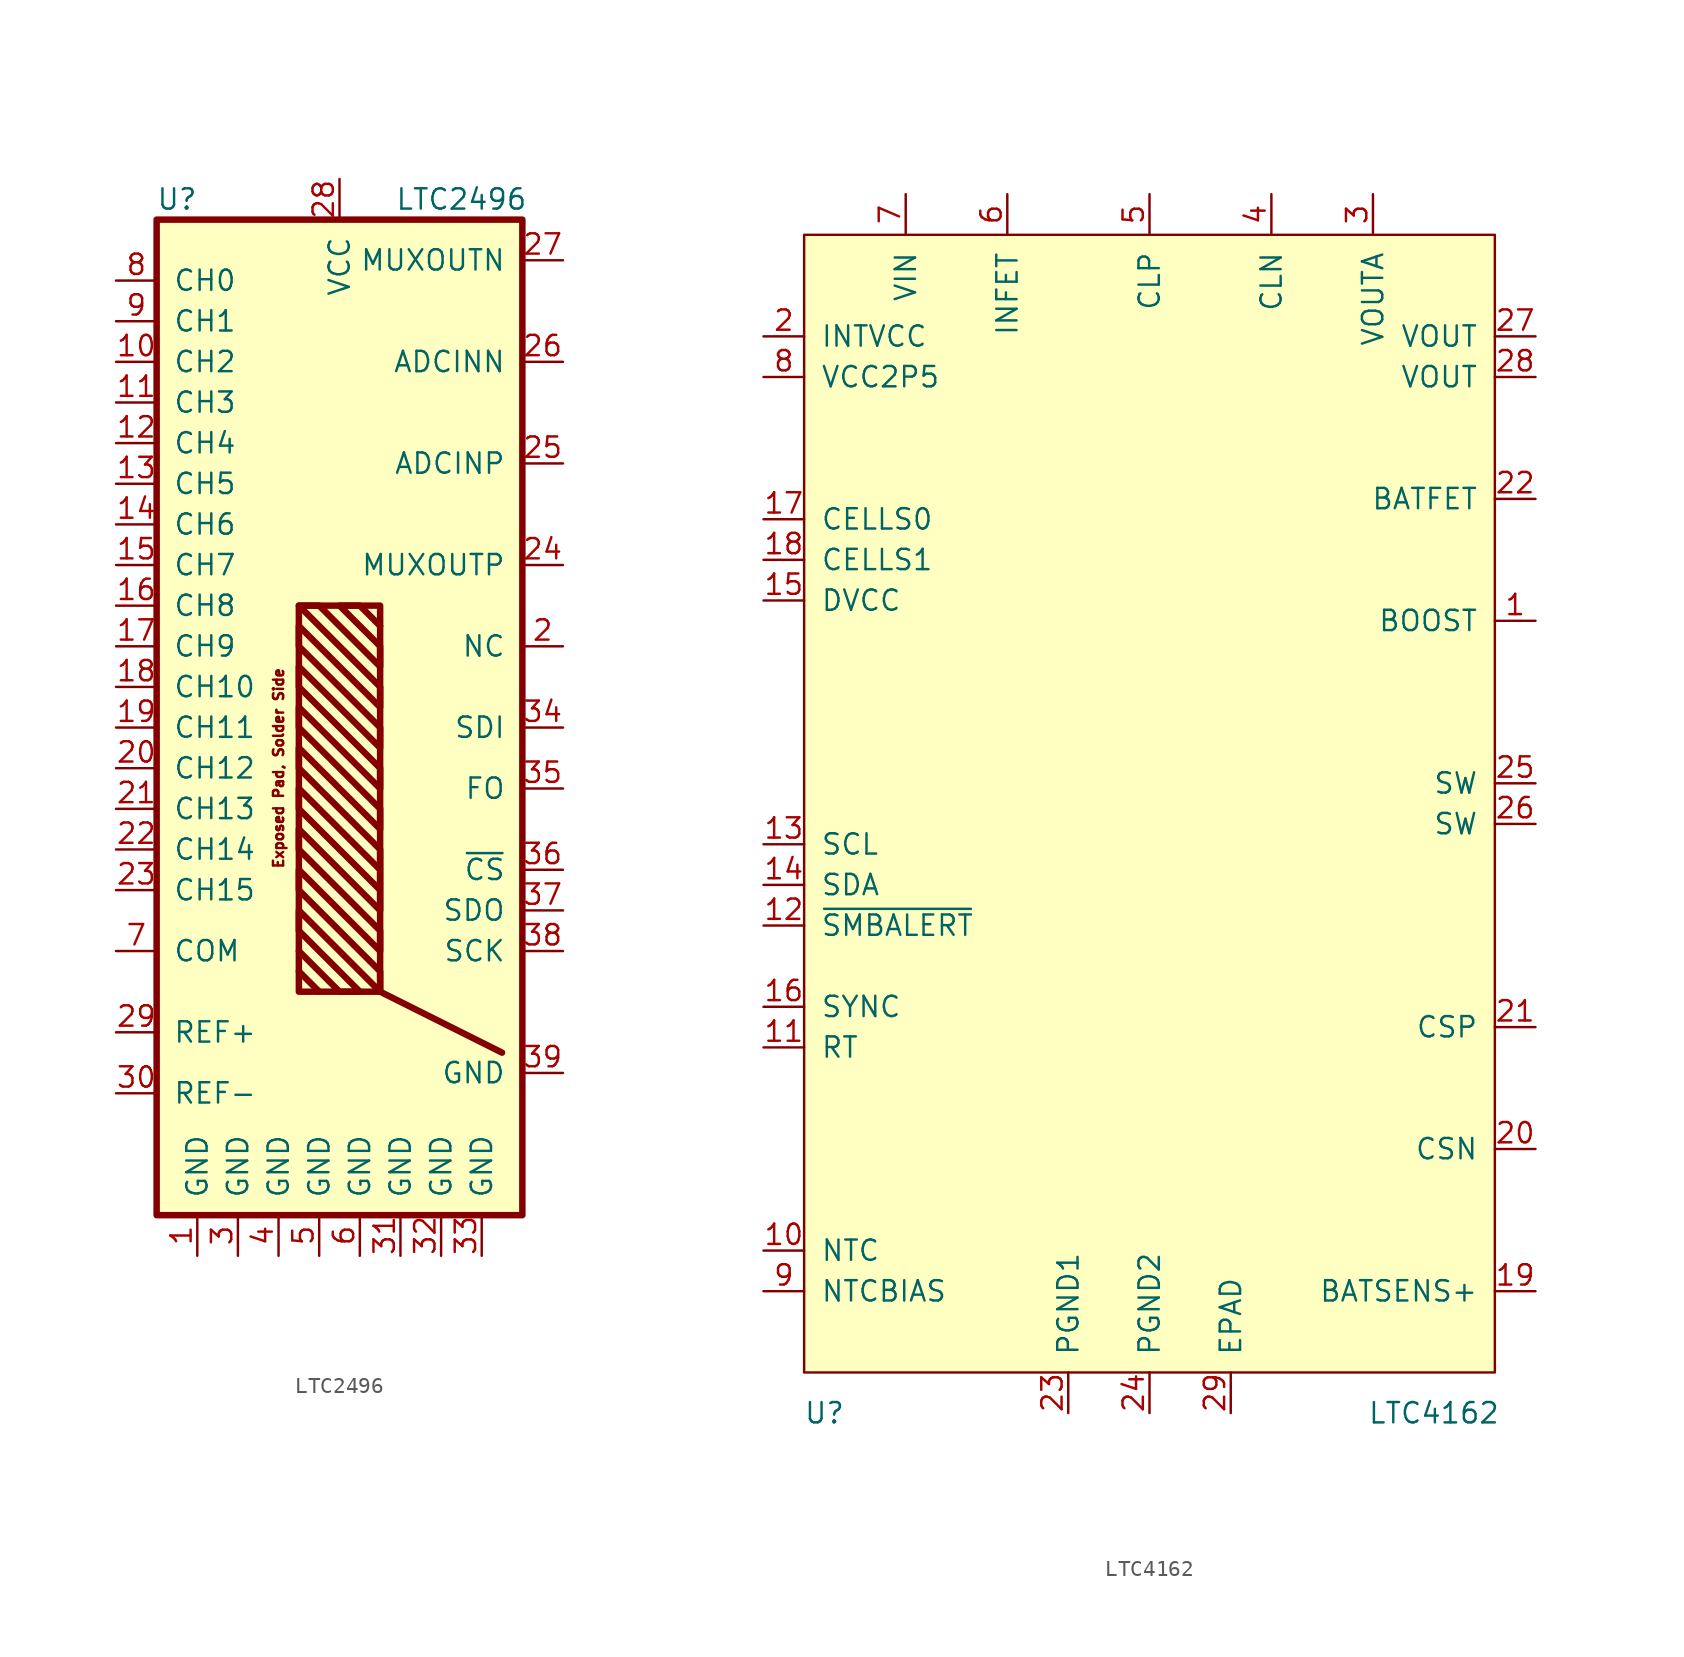
<source format=kicad_sym>
(kicad_symbol_lib
  (version 20211014)
  (generator kicad_symbol_editor)
  (symbol "LTC2496"
    (pin_names
      (offset 1.016))
    (property "Reference" "U"
      (at -7.62 16.51 0)
      (effects (font (size 1.27 1.27))))
    (property "Value" "LTC2496"
      (at 10.16 16.51 0)
      (effects (font (size 1.27 1.27))))
    (symbol "LTC2496_0_0"
      (text "Exposed Pad, Solder Side" (at -1.27 -19.05 900) (effects (font (size 0.635 0.635)))))
    (symbol "LTC2496_0_1"
      (rectangle (start -8.89 15.24) (end 13.97 -46.99) (stroke (width 0.406) (type default) (color 0 0 0 0)) (fill (type background)))
      (rectangle (start 0 -8.89) (end 5.08 -33.02) (stroke (width 0.406) (type default) (color 0 0 0 0)) (fill (type background)))
      (polyline (pts (xy 0 -31.75) (xy 1.27 -33.02)) (stroke (width 0.406) (type default) (color 0 0 0 0)) (fill (type none)))
      (polyline (pts (xy 5.08 -33.02) (xy 12.7 -36.83)) (stroke (width 0.406) (type default) (color 0 0 0 0)) (fill (type none)))
      (polyline (pts (xy 0 -30.48) (xy 2.54 -33.02) (xy 3.81 -33.02) (xy 0 -29.21) (xy 0 -27.94) (xy 5.08 -33.02) (xy 5.08 -31.75) (xy 0 -26.67) (xy 0 -25.4) (xy 5.08 -30.48) (xy 5.08 -29.21) (xy 0 -24.13) (xy 0 -22.86) (xy 5.08 -27.94) (xy 5.08 -25.4) (xy 5.08 -26.67) (xy 0 -21.59) (xy 0 -20.32) (xy 5.08 -25.4) (xy 5.08 -24.13) (xy 0 -19.05) (xy 0 -17.78) (xy 5.08 -22.86) (xy 5.08 -21.59) (xy 0 -16.51) (xy 0 -15.24) (xy 5.08 -20.32) (xy 5.08 -19.05) (xy 0 -13.97) (xy 0 -12.7) (xy 5.08 -17.78) (xy 5.08 -16.51) (xy 0 -11.43) (xy 0 -10.16) (xy 5.08 -15.24) (xy 5.08 -13.97) (xy 0 -8.89) (xy 1.27 -8.89) (xy 5.08 -12.7) (xy 5.08 -11.43) (xy 2.54 -8.89) (xy 3.81 -8.89) (xy 5.08 -10.16)) (stroke (width 0.406) (type default) (color 0 0 0 0)) (fill (type none))))
    (symbol "LTC2496_1_1"
      (pin bidirectional line (at -6.35 -49.53 90) (length 2.54) (name "GND" (effects (font (size 1.27 1.27)))) (number "1" (effects (font (size 1.27 1.27)))))
      (pin input line (at -11.43 6.35 0) (length 2.54) (name "CH2" (effects (font (size 1.27 1.27)))) (number "10" (effects (font (size 1.27 1.27)))))
      (pin input line (at -11.43 3.81 0) (length 2.54) (name "CH3" (effects (font (size 1.27 1.27)))) (number "11" (effects (font (size 1.27 1.27)))))
      (pin input line (at -11.43 1.27 0) (length 2.54) (name "CH4" (effects (font (size 1.27 1.27)))) (number "12" (effects (font (size 1.27 1.27)))))
      (pin input line (at -11.43 -1.27 0) (length 2.54) (name "CH5" (effects (font (size 1.27 1.27)))) (number "13" (effects (font (size 1.27 1.27)))))
      (pin input line (at -11.43 -3.81 0) (length 2.54) (name "CH6" (effects (font (size 1.27 1.27)))) (number "14" (effects (font (size 1.27 1.27)))))
      (pin input line (at -11.43 -6.35 0) (length 2.54) (name "CH7" (effects (font (size 1.27 1.27)))) (number "15" (effects (font (size 1.27 1.27)))))
      (pin input line (at -11.43 -8.89 0) (length 2.54) (name "CH8" (effects (font (size 1.27 1.27)))) (number "16" (effects (font (size 1.27 1.27)))))
      (pin input line (at -11.43 -11.43 0) (length 2.54) (name "CH9" (effects (font (size 1.27 1.27)))) (number "17" (effects (font (size 1.27 1.27)))))
      (pin input line (at -11.43 -13.97 0) (length 2.54) (name "CH10" (effects (font (size 1.27 1.27)))) (number "18" (effects (font (size 1.27 1.27)))))
      (pin input line (at -11.43 -16.51 0) (length 2.54) (name "CH11" (effects (font (size 1.27 1.27)))) (number "19" (effects (font (size 1.27 1.27)))))
      (pin bidirectional line (at 16.51 -11.43 180) (length 2.54) (name "NC" (effects (font (size 1.27 1.27)))) (number "2" (effects (font (size 1.27 1.27)))))
      (pin input line (at -11.43 -19.05 0) (length 2.54) (name "CH12" (effects (font (size 1.27 1.27)))) (number "20" (effects (font (size 1.27 1.27)))))
      (pin input line (at -11.43 -21.59 0) (length 2.54) (name "CH13" (effects (font (size 1.27 1.27)))) (number "21" (effects (font (size 1.27 1.27)))))
      (pin input line (at -11.43 -24.13 0) (length 2.54) (name "CH14" (effects (font (size 1.27 1.27)))) (number "22" (effects (font (size 1.27 1.27)))))
      (pin input line (at -11.43 -26.67 0) (length 2.54) (name "CH15" (effects (font (size 1.27 1.27)))) (number "23" (effects (font (size 1.27 1.27)))))
      (pin bidirectional line (at 16.51 -6.35 180) (length 2.54) (name "MUXOUTP" (effects (font (size 1.27 1.27)))) (number "24" (effects (font (size 1.27 1.27)))))
      (pin bidirectional line (at 16.51 0 180) (length 2.54) (name "ADCINP" (effects (font (size 1.27 1.27)))) (number "25" (effects (font (size 1.27 1.27)))))
      (pin bidirectional line (at 16.51 6.35 180) (length 2.54) (name "ADCINN" (effects (font (size 1.27 1.27)))) (number "26" (effects (font (size 1.27 1.27)))))
      (pin bidirectional line (at 16.51 12.7 180) (length 2.54) (name "MUXOUTN" (effects (font (size 1.27 1.27)))) (number "27" (effects (font (size 1.27 1.27)))))
      (pin bidirectional line (at 2.54 17.78 270) (length 2.54) (name "VCC" (effects (font (size 1.27 1.27)))) (number "28" (effects (font (size 1.27 1.27)))))
      (pin input line (at -11.43 -35.56 0) (length 2.54) (name "REF+" (effects (font (size 1.27 1.27)))) (number "29" (effects (font (size 1.27 1.27)))))
      (pin bidirectional line (at -3.81 -49.53 90) (length 2.54) (name "GND" (effects (font (size 1.27 1.27)))) (number "3" (effects (font (size 1.27 1.27)))))
      (pin input line (at -11.43 -39.37 0) (length 2.54) (name "REF-" (effects (font (size 1.27 1.27)))) (number "30" (effects (font (size 1.27 1.27)))))
      (pin bidirectional line (at 6.35 -49.53 90) (length 2.54) (name "GND" (effects (font (size 1.27 1.27)))) (number "31" (effects (font (size 1.27 1.27)))))
      (pin bidirectional line (at 8.89 -49.53 90) (length 2.54) (name "GND" (effects (font (size 1.27 1.27)))) (number "32" (effects (font (size 1.27 1.27)))))
      (pin bidirectional line (at 11.43 -49.53 90) (length 2.54) (name "GND" (effects (font (size 1.27 1.27)))) (number "33" (effects (font (size 1.27 1.27)))))
      (pin bidirectional line (at 16.51 -16.51 180) (length 2.54) (name "SDI" (effects (font (size 1.27 1.27)))) (number "34" (effects (font (size 1.27 1.27)))))
      (pin bidirectional line (at 16.51 -20.32 180) (length 2.54) (name "FO" (effects (font (size 1.27 1.27)))) (number "35" (effects (font (size 1.27 1.27)))))
      (pin bidirectional line (at 16.51 -25.4 180) (length 2.54) (name "~{CS}" (effects (font (size 1.27 1.27)))) (number "36" (effects (font (size 1.27 1.27)))))
      (pin bidirectional line (at 16.51 -27.94 180) (length 2.54) (name "SDO" (effects (font (size 1.27 1.27)))) (number "37" (effects (font (size 1.27 1.27)))))
      (pin bidirectional line (at 16.51 -30.48 180) (length 2.54) (name "SCK" (effects (font (size 1.27 1.27)))) (number "38" (effects (font (size 1.27 1.27)))))
      (pin bidirectional line (at 16.51 -38.1 180) (length 2.54) (name "GND" (effects (font (size 1.27 1.27)))) (number "39" (effects (font (size 1.27 1.27)))))
      (pin bidirectional line (at -1.27 -49.53 90) (length 2.54) (name "GND" (effects (font (size 1.27 1.27)))) (number "4" (effects (font (size 1.27 1.27)))))
      (pin bidirectional line (at 1.27 -49.53 90) (length 2.54) (name "GND" (effects (font (size 1.27 1.27)))) (number "5" (effects (font (size 1.27 1.27)))))
      (pin bidirectional line (at 3.81 -49.53 90) (length 2.54) (name "GND" (effects (font (size 1.27 1.27)))) (number "6" (effects (font (size 1.27 1.27)))))
      (pin input line (at -11.43 -30.48 0) (length 2.54) (name "COM" (effects (font (size 1.27 1.27)))) (number "7" (effects (font (size 1.27 1.27)))))
      (pin input line (at -11.43 11.43 0) (length 2.54) (name "CH0" (effects (font (size 1.27 1.27)))) (number "8" (effects (font (size 1.27 1.27)))))
      (pin input line (at -11.43 8.89 0) (length 2.54) (name "CH1" (effects (font (size 1.27 1.27)))) (number "9" (effects (font (size 1.27 1.27)))))))
  (symbol "LTC4162"
    (pin_names
      (offset 1.016))
    (property "Reference" "U"
      (at -20.32 -40.64 0)
      (effects (font (size 1.27 1.27))))
    (property "Value" "LTC4162"
      (at 17.78 -40.64 0)
      (effects (font (size 1.27 1.27))))
    (symbol "LTC4162_0_1"
      (rectangle (start -21.59 33.02) (end 21.59 -38.1) (stroke (width 0) (type default) (color 0 0 0 0)) (fill (type background))))
    (symbol "LTC4162_1_1"
      (pin passive line (at 24.13 8.89 180) (length 2.54) (name "BOOST" (effects (font (size 1.27 1.27)))) (number "1" (effects (font (size 1.27 1.27)))))
      (pin passive line (at -24.13 -30.48 0) (length 2.54) (name "NTC" (effects (font (size 1.27 1.27)))) (number "10" (effects (font (size 1.27 1.27)))))
      (pin passive line (at -24.13 -17.78 0) (length 2.54) (name "RT" (effects (font (size 1.27 1.27)))) (number "11" (effects (font (size 1.27 1.27)))))
      (pin passive line (at -24.13 -10.16 0) (length 2.54) (name "~{SMBALERT}" (effects (font (size 1.27 1.27)))) (number "12" (effects (font (size 1.27 1.27)))))
      (pin passive line (at -24.13 -5.08 0) (length 2.54) (name "SCL" (effects (font (size 1.27 1.27)))) (number "13" (effects (font (size 1.27 1.27)))))
      (pin passive line (at -24.13 -7.62 0) (length 2.54) (name "SDA" (effects (font (size 1.27 1.27)))) (number "14" (effects (font (size 1.27 1.27)))))
      (pin passive line (at -24.13 10.16 0) (length 2.54) (name "DVCC" (effects (font (size 1.27 1.27)))) (number "15" (effects (font (size 1.27 1.27)))))
      (pin passive line (at -24.13 -15.24 0) (length 2.54) (name "SYNC" (effects (font (size 1.27 1.27)))) (number "16" (effects (font (size 1.27 1.27)))))
      (pin passive line (at -24.13 15.24 0) (length 2.54) (name "CELLS0" (effects (font (size 1.27 1.27)))) (number "17" (effects (font (size 1.27 1.27)))))
      (pin passive line (at -24.13 12.7 0) (length 2.54) (name "CELLS1" (effects (font (size 1.27 1.27)))) (number "18" (effects (font (size 1.27 1.27)))))
      (pin passive line (at 24.13 -33.02 180) (length 2.54) (name "BATSENS+" (effects (font (size 1.27 1.27)))) (number "19" (effects (font (size 1.27 1.27)))))
      (pin passive line (at -24.13 26.67 0) (length 2.54) (name "INTVCC" (effects (font (size 1.27 1.27)))) (number "2" (effects (font (size 1.27 1.27)))))
      (pin passive line (at 24.13 -24.13 180) (length 2.54) (name "CSN" (effects (font (size 1.27 1.27)))) (number "20" (effects (font (size 1.27 1.27)))))
      (pin passive line (at 24.13 -16.51 180) (length 2.54) (name "CSP" (effects (font (size 1.27 1.27)))) (number "21" (effects (font (size 1.27 1.27)))))
      (pin passive line (at 24.13 16.51 180) (length 2.54) (name "BATFET" (effects (font (size 1.27 1.27)))) (number "22" (effects (font (size 1.27 1.27)))))
      (pin passive line (at -5.08 -40.64 90) (length 2.54) (name "PGND1" (effects (font (size 1.27 1.27)))) (number "23" (effects (font (size 1.27 1.27)))))
      (pin passive line (at 0 -40.64 90) (length 2.54) (name "PGND2" (effects (font (size 1.27 1.27)))) (number "24" (effects (font (size 1.27 1.27)))))
      (pin passive line (at 24.13 -1.27 180) (length 2.54) (name "SW" (effects (font (size 1.27 1.27)))) (number "25" (effects (font (size 1.27 1.27)))))
      (pin passive line (at 24.13 -3.81 180) (length 2.54) (name "SW" (effects (font (size 1.27 1.27)))) (number "26" (effects (font (size 1.27 1.27)))))
      (pin passive line (at 24.13 26.67 180) (length 2.54) (name "VOUT" (effects (font (size 1.27 1.27)))) (number "27" (effects (font (size 1.27 1.27)))))
      (pin passive line (at 24.13 24.13 180) (length 2.54) (name "VOUT" (effects (font (size 1.27 1.27)))) (number "28" (effects (font (size 1.27 1.27)))))
      (pin passive line (at 5.08 -40.64 90) (length 2.54) (name "EPAD" (effects (font (size 1.27 1.27)))) (number "29" (effects (font (size 1.27 1.27)))))
      (pin passive line (at 13.97 35.56 270) (length 2.54) (name "VOUTA" (effects (font (size 1.27 1.27)))) (number "3" (effects (font (size 1.27 1.27)))))
      (pin passive line (at 7.62 35.56 270) (length 2.54) (name "CLN" (effects (font (size 1.27 1.27)))) (number "4" (effects (font (size 1.27 1.27)))))
      (pin passive line (at 0 35.56 270) (length 2.54) (name "CLP" (effects (font (size 1.27 1.27)))) (number "5" (effects (font (size 1.27 1.27)))))
      (pin passive line (at -8.89 35.56 270) (length 2.54) (name "INFET" (effects (font (size 1.27 1.27)))) (number "6" (effects (font (size 1.27 1.27)))))
      (pin passive line (at -15.24 35.56 270) (length 2.54) (name "VIN" (effects (font (size 1.27 1.27)))) (number "7" (effects (font (size 1.27 1.27)))))
      (pin passive line (at -24.13 24.13 0) (length 2.54) (name "VCC2P5" (effects (font (size 1.27 1.27)))) (number "8" (effects (font (size 1.27 1.27)))))
      (pin passive line (at -24.13 -33.02 0) (length 2.54) (name "NTCBIAS" (effects (font (size 1.27 1.27)))) (number "9" (effects (font (size 1.27 1.27))))))))
</source>
